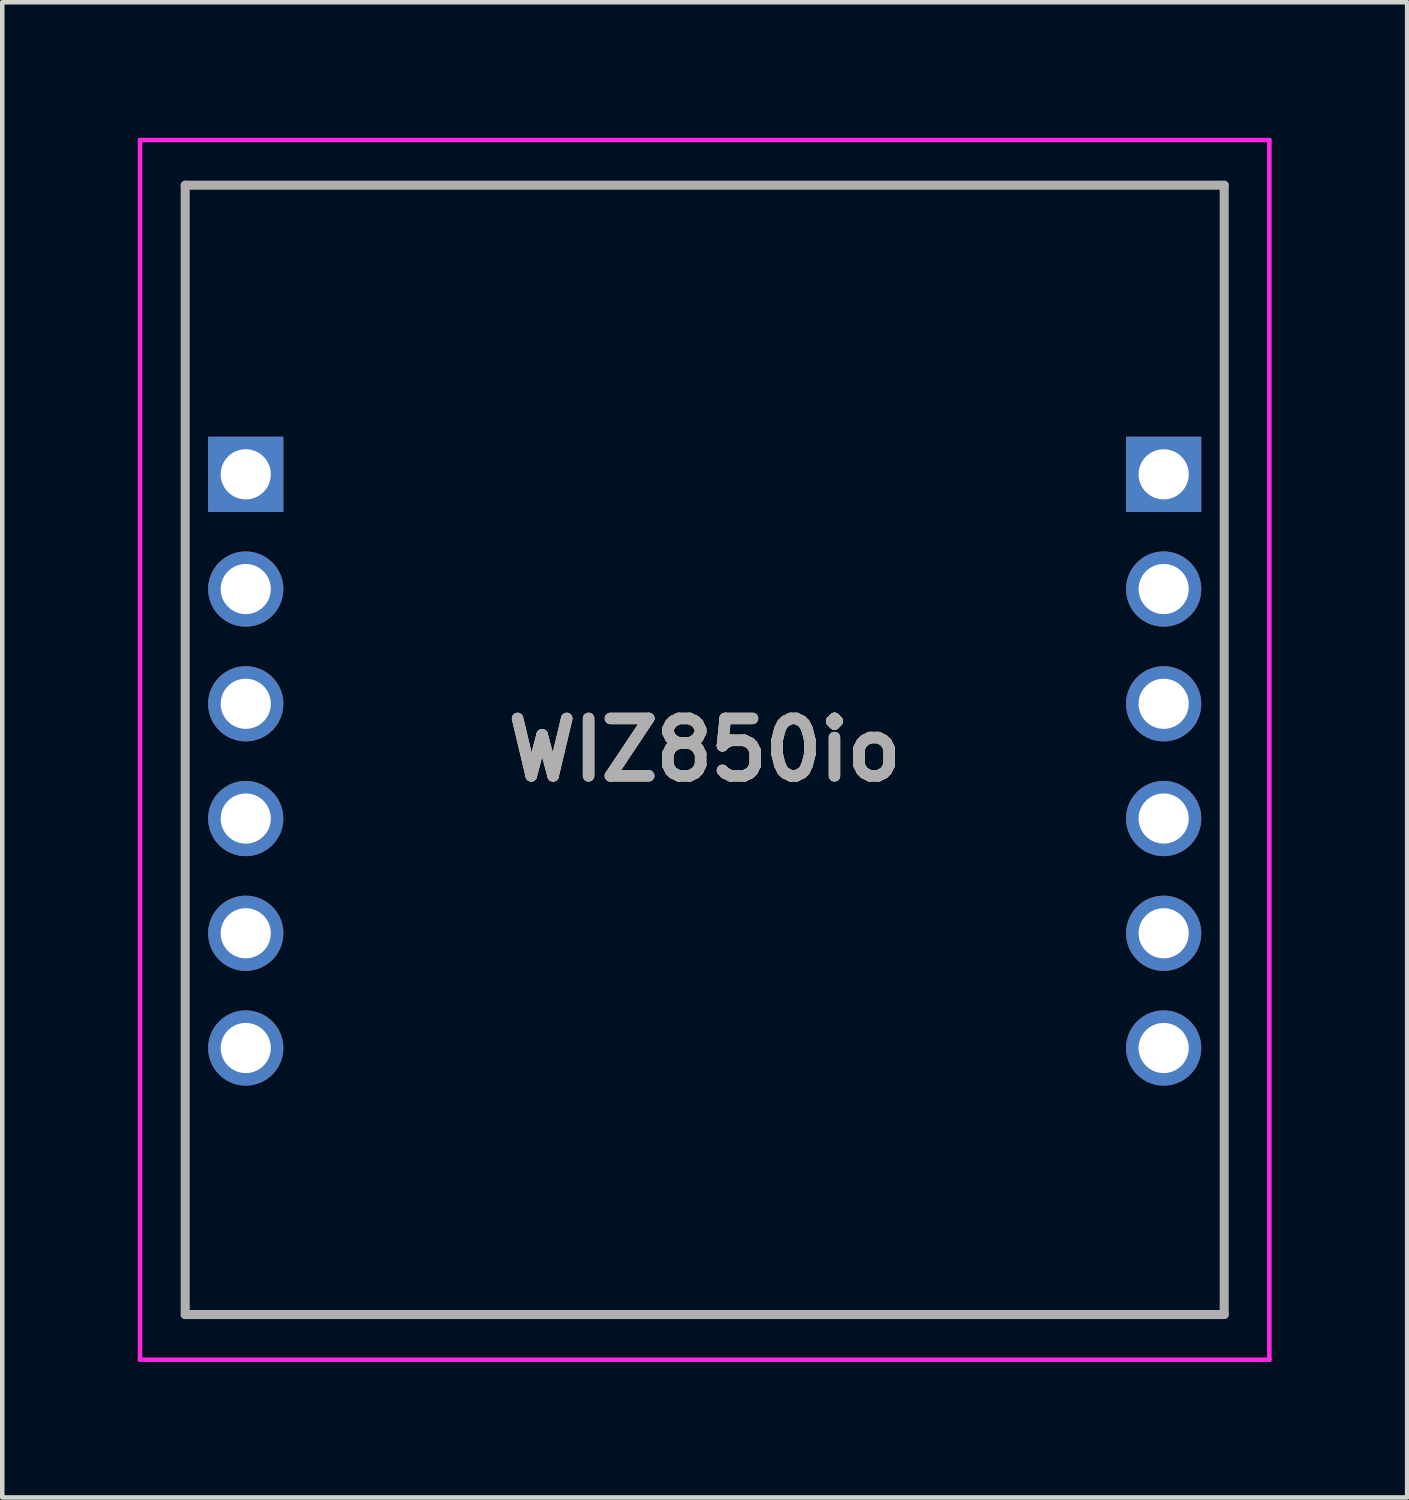
<source format=kicad_pcb>
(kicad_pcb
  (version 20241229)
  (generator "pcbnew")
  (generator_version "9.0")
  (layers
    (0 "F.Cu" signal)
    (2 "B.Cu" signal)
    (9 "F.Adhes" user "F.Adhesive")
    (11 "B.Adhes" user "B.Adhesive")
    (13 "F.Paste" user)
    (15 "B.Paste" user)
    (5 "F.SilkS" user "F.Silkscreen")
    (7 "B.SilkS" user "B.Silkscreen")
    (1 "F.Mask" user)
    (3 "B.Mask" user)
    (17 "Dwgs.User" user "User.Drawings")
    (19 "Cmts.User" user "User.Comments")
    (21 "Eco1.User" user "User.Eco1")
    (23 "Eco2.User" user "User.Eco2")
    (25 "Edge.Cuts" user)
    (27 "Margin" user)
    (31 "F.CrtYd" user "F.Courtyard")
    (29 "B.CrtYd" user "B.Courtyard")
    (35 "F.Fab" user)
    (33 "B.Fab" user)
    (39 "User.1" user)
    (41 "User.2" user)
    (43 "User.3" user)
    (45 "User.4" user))
  (footprint "WIZ850io"
    (layer "F.Cu")
    (at 2.39 7.45)
    (property "Reference" "WIZ850io" (at 10.16 6.1 0) (layer "F.SilkS") (effects (font (size 1.27 1.27) (thickness 0.254))))
    (attr through_hole)
    (fp_line (start -1.34 -6.4) (end 21.66 -6.4) (stroke (width 0.1) (type solid)) (layer "F.SilkS"))
    (fp_line (start -1.34 18.6) (end -1.34 -6.4) (stroke (width 0.1) (type solid)) (layer "F.SilkS"))
    (fp_line (start 21.66 -6.4) (end 21.66 18.6) (stroke (width 0.1) (type solid)) (layer "F.SilkS"))
    (fp_line (start 21.66 18.6) (end -1.34 18.6) (stroke (width 0.1) (type solid)) (layer "F.SilkS"))
    (fp_line (start -2.34 -7.4) (end 22.66 -7.4) (stroke (width 0.1) (type solid)) (layer "F.CrtYd"))
    (fp_line (start -2.34 19.6) (end -2.34 -7.4) (stroke (width 0.1) (type solid)) (layer "F.CrtYd"))
    (fp_line (start 22.66 -7.4) (end 22.66 19.6) (stroke (width 0.1) (type solid)) (layer "F.CrtYd"))
    (fp_line (start 22.66 19.6) (end -2.34 19.6) (stroke (width 0.1) (type solid)) (layer "F.CrtYd"))
    (fp_line (start -1.34 -6.4) (end 21.66 -6.4) (stroke (width 0.2) (type solid)) (layer "F.Fab"))
    (fp_line (start -1.34 18.6) (end -1.34 -6.4) (stroke (width 0.2) (type solid)) (layer "F.Fab"))
    (fp_line (start 21.66 -6.4) (end 21.66 18.6) (stroke (width 0.2) (type solid)) (layer "F.Fab"))
    (fp_line (start 21.66 18.6) (end -1.34 18.6) (stroke (width 0.2) (type solid)) (layer "F.Fab"))
    (fp_text user "${REFERENCE}" (at 10.16 6.1 0) (layer "F.Fab") (effects (font (size 1.27 1.27) (thickness 0.254))))
    (pad "1" thru_hole rect (at 0 0) (size 1.665 1.665) (drill 1.11) (layers "*.Cu" "*.Mask"))
    (pad "2" thru_hole circle (at 0 2.54) (size 1.665 1.665) (drill 1.11) (layers "*.Cu" "*.Mask"))
    (pad "3" thru_hole circle (at 0 5.08) (size 1.665 1.665) (drill 1.11) (layers "*.Cu" "*.Mask"))
    (pad "4" thru_hole circle (at 0 7.62) (size 1.665 1.665) (drill 1.11) (layers "*.Cu" "*.Mask"))
    (pad "5" thru_hole circle (at 0 10.16) (size 1.665 1.665) (drill 1.11) (layers "*.Cu" "*.Mask"))
    (pad "6" thru_hole circle (at 0 12.7) (size 1.665 1.665) (drill 1.11) (layers "*.Cu" "*.Mask"))
    (pad "7" thru_hole rect (at 20.32 0) (size 1.665 1.665) (drill 1.11) (layers "*.Cu" "*.Mask"))
    (pad "8" thru_hole circle (at 20.32 2.54) (size 1.665 1.665) (drill 1.11) (layers "*.Cu" "*.Mask"))
    (pad "9" thru_hole circle (at 20.32 5.08) (size 1.665 1.665) (drill 1.11) (layers "*.Cu" "*.Mask"))
    (pad "10" thru_hole circle (at 20.32 7.62) (size 1.665 1.665) (drill 1.11) (layers "*.Cu" "*.Mask"))
    (pad "11" thru_hole circle (at 20.32 10.16) (size 1.665 1.665) (drill 1.11) (layers "*.Cu" "*.Mask"))
    (pad "12" thru_hole circle (at 20.32 12.7) (size 1.665 1.665) (drill 1.11) (layers "*.Cu" "*.Mask")))
  (gr_rect
    (start -3 -3)
    (end 28.1 30.1)
    (stroke (width 0.1) (type default))
    (fill no)
    (layer "Edge.Cuts")))
</source>
